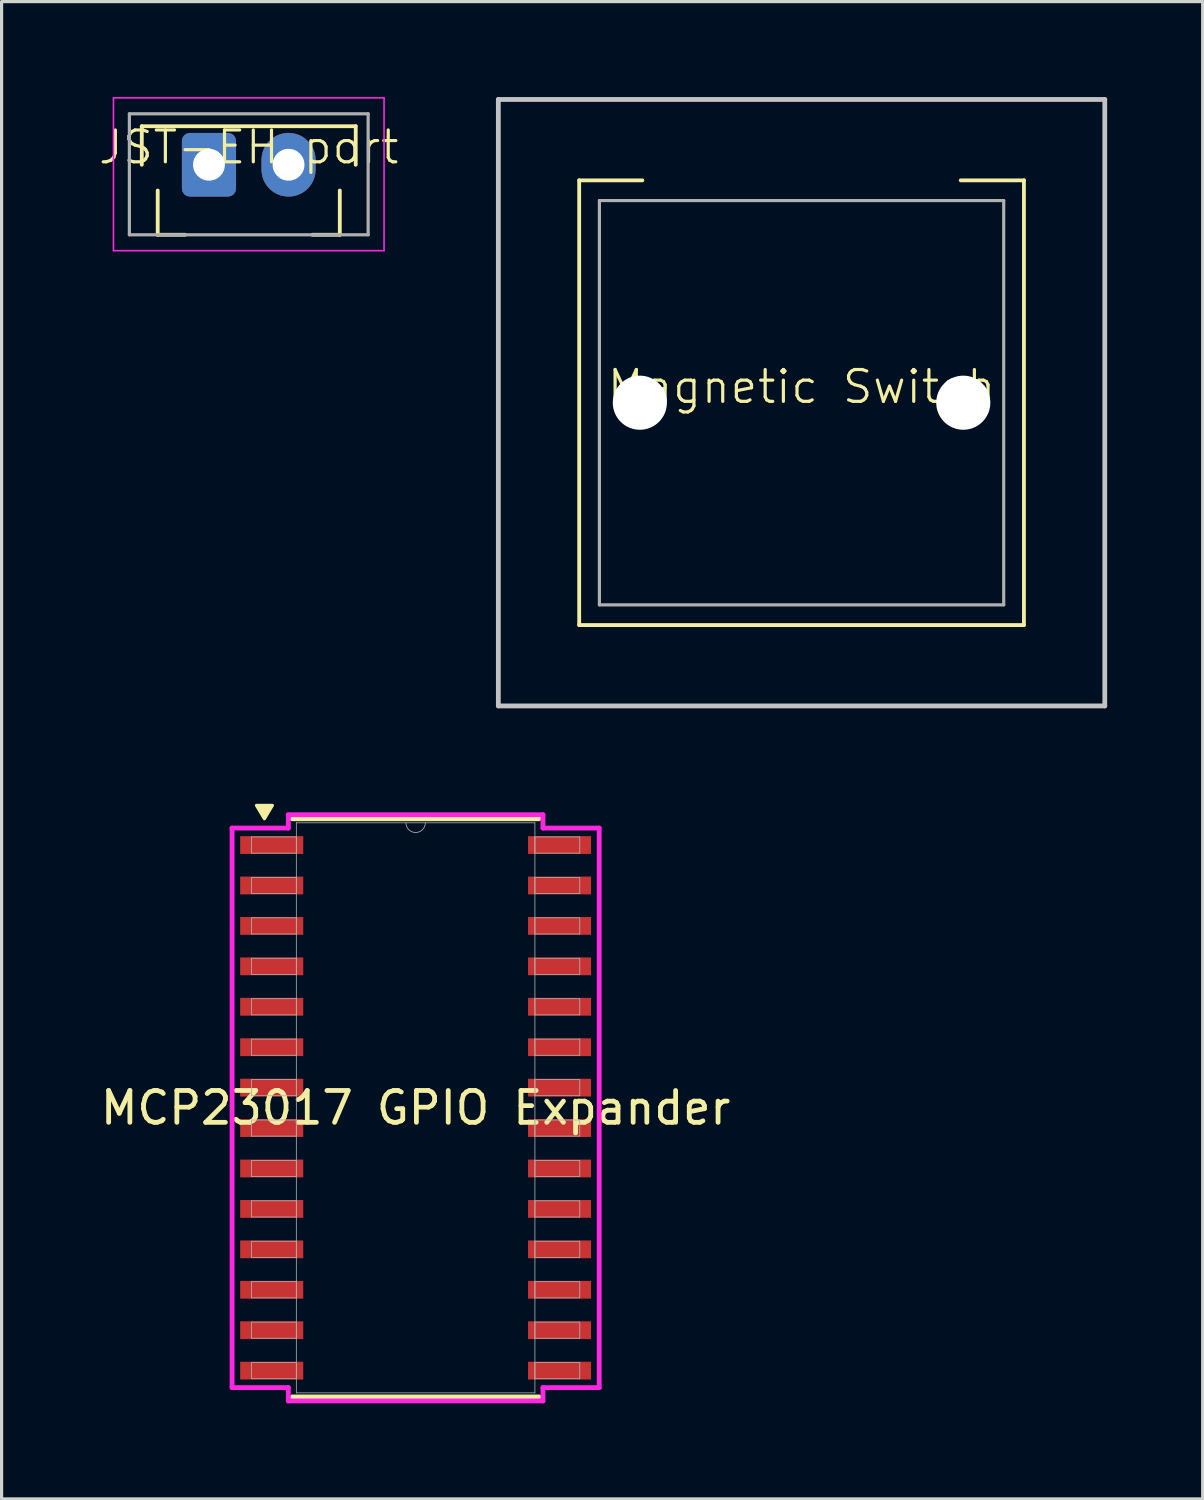
<source format=kicad_pcb>
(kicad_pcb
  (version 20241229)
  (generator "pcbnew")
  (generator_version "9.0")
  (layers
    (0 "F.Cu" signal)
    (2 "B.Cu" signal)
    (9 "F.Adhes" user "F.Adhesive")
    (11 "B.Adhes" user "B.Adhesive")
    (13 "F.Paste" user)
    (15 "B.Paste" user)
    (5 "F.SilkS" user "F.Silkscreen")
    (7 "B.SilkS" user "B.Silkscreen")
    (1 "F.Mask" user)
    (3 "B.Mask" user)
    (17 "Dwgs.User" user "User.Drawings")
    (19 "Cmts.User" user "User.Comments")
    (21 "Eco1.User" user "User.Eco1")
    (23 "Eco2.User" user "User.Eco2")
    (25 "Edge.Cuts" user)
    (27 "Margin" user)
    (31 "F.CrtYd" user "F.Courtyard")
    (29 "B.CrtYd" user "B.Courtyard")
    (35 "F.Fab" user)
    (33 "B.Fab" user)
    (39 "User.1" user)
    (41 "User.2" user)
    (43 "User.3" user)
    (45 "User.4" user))
  (footprint "MCP23017 GPIO Expander"
    (layer "F.Cu")
    (at 10.006 31.75)
    (property "Reference" "MCP23017 GPIO Expander" (at 0 0 0) (unlocked yes) (layer "F.SilkS") (effects (font (size 1 1) (thickness 0.15))))
    (attr smd)
    (fp_line (start -3.873 9.081) (end 3.873 9.081) (stroke (width 0.152) (type solid)) (layer "F.SilkS"))
    (fp_line (start 3.873 -9.081) (end -3.873 -9.081) (stroke (width 0.152) (type solid)) (layer "F.SilkS"))
    (fp_poly (pts (xy -4.75 -9.081) (xy -5 -9.5) (xy -4.5 -9.5)) (stroke (width 0.1) (type solid)) (fill yes) (layer "F.SilkS"))
    (fp_line (start -5.766 -8.788) (end -4 -8.788) (stroke (width 0.152) (type solid)) (layer "F.CrtYd"))
    (fp_line (start -5.766 8.788) (end -5.766 -8.788) (stroke (width 0.152) (type solid)) (layer "F.CrtYd"))
    (fp_line (start -5.766 8.788) (end -4 8.788) (stroke (width 0.152) (type solid)) (layer "F.CrtYd"))
    (fp_line (start -4 -9.207) (end 4 -9.207) (stroke (width 0.152) (type solid)) (layer "F.CrtYd"))
    (fp_line (start -4 -8.788) (end -4 -9.207) (stroke (width 0.152) (type solid)) (layer "F.CrtYd"))
    (fp_line (start -4 9.207) (end -4 8.788) (stroke (width 0.152) (type solid)) (layer "F.CrtYd"))
    (fp_line (start 4 -9.207) (end 4 -8.788) (stroke (width 0.152) (type solid)) (layer "F.CrtYd"))
    (fp_line (start 4 8.788) (end 4 9.207) (stroke (width 0.152) (type solid)) (layer "F.CrtYd"))
    (fp_line (start 4 9.207) (end -4 9.207) (stroke (width 0.152) (type solid)) (layer "F.CrtYd"))
    (fp_line (start 5.766 -8.788) (end 4 -8.788) (stroke (width 0.152) (type solid)) (layer "F.CrtYd"))
    (fp_line (start 5.766 -8.788) (end 5.766 8.788) (stroke (width 0.152) (type solid)) (layer "F.CrtYd"))
    (fp_line (start 5.766 8.788) (end 4 8.788) (stroke (width 0.152) (type solid)) (layer "F.CrtYd"))
    (fp_line (start -5.156 -8.509) (end -5.156 -8.001) (stroke (width 0.025) (type solid)) (layer "F.Fab"))
    (fp_line (start -5.156 -8.001) (end -3.747 -8.001) (stroke (width 0.025) (type solid)) (layer "F.Fab"))
    (fp_line (start -5.156 -7.239) (end -5.156 -6.731) (stroke (width 0.025) (type solid)) (layer "F.Fab"))
    (fp_line (start -5.156 -6.731) (end -3.747 -6.731) (stroke (width 0.025) (type solid)) (layer "F.Fab"))
    (fp_line (start -5.156 -5.969) (end -5.156 -5.461) (stroke (width 0.025) (type solid)) (layer "F.Fab"))
    (fp_line (start -5.156 -5.461) (end -3.747 -5.461) (stroke (width 0.025) (type solid)) (layer "F.Fab"))
    (fp_line (start -5.156 -4.699) (end -5.156 -4.191) (stroke (width 0.025) (type solid)) (layer "F.Fab"))
    (fp_line (start -5.156 -4.191) (end -3.747 -4.191) (stroke (width 0.025) (type solid)) (layer "F.Fab"))
    (fp_line (start -5.156 -3.429) (end -5.156 -2.921) (stroke (width 0.025) (type solid)) (layer "F.Fab"))
    (fp_line (start -5.156 -2.921) (end -3.747 -2.921) (stroke (width 0.025) (type solid)) (layer "F.Fab"))
    (fp_line (start -5.156 -2.159) (end -5.156 -1.651) (stroke (width 0.025) (type solid)) (layer "F.Fab"))
    (fp_line (start -5.156 -1.651) (end -3.747 -1.651) (stroke (width 0.025) (type solid)) (layer "F.Fab"))
    (fp_line (start -5.156 -0.889) (end -5.156 -0.381) (stroke (width 0.025) (type solid)) (layer "F.Fab"))
    (fp_line (start -5.156 -0.381) (end -3.747 -0.381) (stroke (width 0.025) (type solid)) (layer "F.Fab"))
    (fp_line (start -5.156 0.381) (end -5.156 0.889) (stroke (width 0.025) (type solid)) (layer "F.Fab"))
    (fp_line (start -5.156 0.889) (end -3.747 0.889) (stroke (width 0.025) (type solid)) (layer "F.Fab"))
    (fp_line (start -5.156 1.651) (end -5.156 2.159) (stroke (width 0.025) (type solid)) (layer "F.Fab"))
    (fp_line (start -5.156 2.159) (end -3.747 2.159) (stroke (width 0.025) (type solid)) (layer "F.Fab"))
    (fp_line (start -5.156 2.921) (end -5.156 3.429) (stroke (width 0.025) (type solid)) (layer "F.Fab"))
    (fp_line (start -5.156 3.429) (end -3.747 3.429) (stroke (width 0.025) (type solid)) (layer "F.Fab"))
    (fp_line (start -5.156 4.191) (end -5.156 4.699) (stroke (width 0.025) (type solid)) (layer "F.Fab"))
    (fp_line (start -5.156 4.699) (end -3.747 4.699) (stroke (width 0.025) (type solid)) (layer "F.Fab"))
    (fp_line (start -5.156 5.461) (end -5.156 5.969) (stroke (width 0.025) (type solid)) (layer "F.Fab"))
    (fp_line (start -5.156 5.969) (end -3.747 5.969) (stroke (width 0.025) (type solid)) (layer "F.Fab"))
    (fp_line (start -5.156 6.731) (end -5.156 7.239) (stroke (width 0.025) (type solid)) (layer "F.Fab"))
    (fp_line (start -5.156 7.239) (end -3.747 7.239) (stroke (width 0.025) (type solid)) (layer "F.Fab"))
    (fp_line (start -5.156 8.001) (end -5.156 8.509) (stroke (width 0.025) (type solid)) (layer "F.Fab"))
    (fp_line (start -5.156 8.509) (end -3.747 8.509) (stroke (width 0.025) (type solid)) (layer "F.Fab"))
    (fp_line (start -3.747 -8.954) (end -3.747 8.954) (stroke (width 0.025) (type solid)) (layer "F.Fab"))
    (fp_line (start -3.747 -8.509) (end -5.156 -8.509) (stroke (width 0.025) (type solid)) (layer "F.Fab"))
    (fp_line (start -3.747 -8.001) (end -3.747 -8.509) (stroke (width 0.025) (type solid)) (layer "F.Fab"))
    (fp_line (start -3.747 -7.239) (end -5.156 -7.239) (stroke (width 0.025) (type solid)) (layer "F.Fab"))
    (fp_line (start -3.747 -6.731) (end -3.747 -7.239) (stroke (width 0.025) (type solid)) (layer "F.Fab"))
    (fp_line (start -3.747 -5.969) (end -5.156 -5.969) (stroke (width 0.025) (type solid)) (layer "F.Fab"))
    (fp_line (start -3.747 -5.461) (end -3.747 -5.969) (stroke (width 0.025) (type solid)) (layer "F.Fab"))
    (fp_line (start -3.747 -4.699) (end -5.156 -4.699) (stroke (width 0.025) (type solid)) (layer "F.Fab"))
    (fp_line (start -3.747 -4.191) (end -3.747 -4.699) (stroke (width 0.025) (type solid)) (layer "F.Fab"))
    (fp_line (start -3.747 -3.429) (end -5.156 -3.429) (stroke (width 0.025) (type solid)) (layer "F.Fab"))
    (fp_line (start -3.747 -2.921) (end -3.747 -3.429) (stroke (width 0.025) (type solid)) (layer "F.Fab"))
    (fp_line (start -3.747 -2.159) (end -5.156 -2.159) (stroke (width 0.025) (type solid)) (layer "F.Fab"))
    (fp_line (start -3.747 -1.651) (end -3.747 -2.159) (stroke (width 0.025) (type solid)) (layer "F.Fab"))
    (fp_line (start -3.747 -0.889) (end -5.156 -0.889) (stroke (width 0.025) (type solid)) (layer "F.Fab"))
    (fp_line (start -3.747 -0.381) (end -3.747 -0.889) (stroke (width 0.025) (type solid)) (layer "F.Fab"))
    (fp_line (start -3.747 0.381) (end -5.156 0.381) (stroke (width 0.025) (type solid)) (layer "F.Fab"))
    (fp_line (start -3.747 0.889) (end -3.747 0.381) (stroke (width 0.025) (type solid)) (layer "F.Fab"))
    (fp_line (start -3.747 1.651) (end -5.156 1.651) (stroke (width 0.025) (type solid)) (layer "F.Fab"))
    (fp_line (start -3.747 2.159) (end -3.747 1.651) (stroke (width 0.025) (type solid)) (layer "F.Fab"))
    (fp_line (start -3.747 2.921) (end -5.156 2.921) (stroke (width 0.025) (type solid)) (layer "F.Fab"))
    (fp_line (start -3.747 3.429) (end -3.747 2.921) (stroke (width 0.025) (type solid)) (layer "F.Fab"))
    (fp_line (start -3.747 4.191) (end -5.156 4.191) (stroke (width 0.025) (type solid)) (layer "F.Fab"))
    (fp_line (start -3.747 4.699) (end -3.747 4.191) (stroke (width 0.025) (type solid)) (layer "F.Fab"))
    (fp_line (start -3.747 5.461) (end -5.156 5.461) (stroke (width 0.025) (type solid)) (layer "F.Fab"))
    (fp_line (start -3.747 5.969) (end -3.747 5.461) (stroke (width 0.025) (type solid)) (layer "F.Fab"))
    (fp_line (start -3.747 6.731) (end -5.156 6.731) (stroke (width 0.025) (type solid)) (layer "F.Fab"))
    (fp_line (start -3.747 7.239) (end -3.747 6.731) (stroke (width 0.025) (type solid)) (layer "F.Fab"))
    (fp_line (start -3.747 8.001) (end -5.156 8.001) (stroke (width 0.025) (type solid)) (layer "F.Fab"))
    (fp_line (start -3.747 8.509) (end -3.747 8.001) (stroke (width 0.025) (type solid)) (layer "F.Fab"))
    (fp_line (start -3.747 8.954) (end 3.747 8.954) (stroke (width 0.025) (type solid)) (layer "F.Fab"))
    (fp_line (start 3.747 -8.954) (end -3.747 -8.954) (stroke (width 0.025) (type solid)) (layer "F.Fab"))
    (fp_line (start 3.747 -8.509) (end 3.747 -8.001) (stroke (width 0.025) (type solid)) (layer "F.Fab"))
    (fp_line (start 3.747 -8.001) (end 5.156 -8.001) (stroke (width 0.025) (type solid)) (layer "F.Fab"))
    (fp_line (start 3.747 -7.239) (end 3.747 -6.731) (stroke (width 0.025) (type solid)) (layer "F.Fab"))
    (fp_line (start 3.747 -6.731) (end 5.156 -6.731) (stroke (width 0.025) (type solid)) (layer "F.Fab"))
    (fp_line (start 3.747 -5.969) (end 3.747 -5.461) (stroke (width 0.025) (type solid)) (layer "F.Fab"))
    (fp_line (start 3.747 -5.461) (end 5.156 -5.461) (stroke (width 0.025) (type solid)) (layer "F.Fab"))
    (fp_line (start 3.747 -4.699) (end 3.747 -4.191) (stroke (width 0.025) (type solid)) (layer "F.Fab"))
    (fp_line (start 3.747 -4.191) (end 5.156 -4.191) (stroke (width 0.025) (type solid)) (layer "F.Fab"))
    (fp_line (start 3.747 -3.429) (end 3.747 -2.921) (stroke (width 0.025) (type solid)) (layer "F.Fab"))
    (fp_line (start 3.747 -2.921) (end 5.156 -2.921) (stroke (width 0.025) (type solid)) (layer "F.Fab"))
    (fp_line (start 3.747 -2.159) (end 3.747 -1.651) (stroke (width 0.025) (type solid)) (layer "F.Fab"))
    (fp_line (start 3.747 -1.651) (end 5.156 -1.651) (stroke (width 0.025) (type solid)) (layer "F.Fab"))
    (fp_line (start 3.747 -0.889) (end 3.747 -0.381) (stroke (width 0.025) (type solid)) (layer "F.Fab"))
    (fp_line (start 3.747 -0.381) (end 5.156 -0.381) (stroke (width 0.025) (type solid)) (layer "F.Fab"))
    (fp_line (start 3.747 0.381) (end 3.747 0.889) (stroke (width 0.025) (type solid)) (layer "F.Fab"))
    (fp_line (start 3.747 0.889) (end 5.156 0.889) (stroke (width 0.025) (type solid)) (layer "F.Fab"))
    (fp_line (start 3.747 1.651) (end 3.747 2.159) (stroke (width 0.025) (type solid)) (layer "F.Fab"))
    (fp_line (start 3.747 2.159) (end 5.156 2.159) (stroke (width 0.025) (type solid)) (layer "F.Fab"))
    (fp_line (start 3.747 2.921) (end 3.747 3.429) (stroke (width 0.025) (type solid)) (layer "F.Fab"))
    (fp_line (start 3.747 3.429) (end 5.156 3.429) (stroke (width 0.025) (type solid)) (layer "F.Fab"))
    (fp_line (start 3.747 4.191) (end 3.747 4.699) (stroke (width 0.025) (type solid)) (layer "F.Fab"))
    (fp_line (start 3.747 4.699) (end 5.156 4.699) (stroke (width 0.025) (type solid)) (layer "F.Fab"))
    (fp_line (start 3.747 5.461) (end 3.747 5.969) (stroke (width 0.025) (type solid)) (layer "F.Fab"))
    (fp_line (start 3.747 5.969) (end 5.156 5.969) (stroke (width 0.025) (type solid)) (layer "F.Fab"))
    (fp_line (start 3.747 6.731) (end 3.747 7.239) (stroke (width 0.025) (type solid)) (layer "F.Fab"))
    (fp_line (start 3.747 7.239) (end 5.156 7.239) (stroke (width 0.025) (type solid)) (layer "F.Fab"))
    (fp_line (start 3.747 8.001) (end 3.747 8.509) (stroke (width 0.025) (type solid)) (layer "F.Fab"))
    (fp_line (start 3.747 8.509) (end 5.156 8.509) (stroke (width 0.025) (type solid)) (layer "F.Fab"))
    (fp_line (start 3.747 8.954) (end 3.747 -8.954) (stroke (width 0.025) (type solid)) (layer "F.Fab"))
    (fp_line (start 5.156 -8.509) (end 3.747 -8.509) (stroke (width 0.025) (type solid)) (layer "F.Fab"))
    (fp_line (start 5.156 -8.001) (end 5.156 -8.509) (stroke (width 0.025) (type solid)) (layer "F.Fab"))
    (fp_line (start 5.156 -7.239) (end 3.747 -7.239) (stroke (width 0.025) (type solid)) (layer "F.Fab"))
    (fp_line (start 5.156 -6.731) (end 5.156 -7.239) (stroke (width 0.025) (type solid)) (layer "F.Fab"))
    (fp_line (start 5.156 -5.969) (end 3.747 -5.969) (stroke (width 0.025) (type solid)) (layer "F.Fab"))
    (fp_line (start 5.156 -5.461) (end 5.156 -5.969) (stroke (width 0.025) (type solid)) (layer "F.Fab"))
    (fp_line (start 5.156 -4.699) (end 3.747 -4.699) (stroke (width 0.025) (type solid)) (layer "F.Fab"))
    (fp_line (start 5.156 -4.191) (end 5.156 -4.699) (stroke (width 0.025) (type solid)) (layer "F.Fab"))
    (fp_line (start 5.156 -3.429) (end 3.747 -3.429) (stroke (width 0.025) (type solid)) (layer "F.Fab"))
    (fp_line (start 5.156 -2.921) (end 5.156 -3.429) (stroke (width 0.025) (type solid)) (layer "F.Fab"))
    (fp_line (start 5.156 -2.159) (end 3.747 -2.159) (stroke (width 0.025) (type solid)) (layer "F.Fab"))
    (fp_line (start 5.156 -1.651) (end 5.156 -2.159) (stroke (width 0.025) (type solid)) (layer "F.Fab"))
    (fp_line (start 5.156 -0.889) (end 3.747 -0.889) (stroke (width 0.025) (type solid)) (layer "F.Fab"))
    (fp_line (start 5.156 -0.381) (end 5.156 -0.889) (stroke (width 0.025) (type solid)) (layer "F.Fab"))
    (fp_line (start 5.156 0.381) (end 3.747 0.381) (stroke (width 0.025) (type solid)) (layer "F.Fab"))
    (fp_line (start 5.156 0.889) (end 5.156 0.381) (stroke (width 0.025) (type solid)) (layer "F.Fab"))
    (fp_line (start 5.156 1.651) (end 3.747 1.651) (stroke (width 0.025) (type solid)) (layer "F.Fab"))
    (fp_line (start 5.156 2.159) (end 5.156 1.651) (stroke (width 0.025) (type solid)) (layer "F.Fab"))
    (fp_line (start 5.156 2.921) (end 3.747 2.921) (stroke (width 0.025) (type solid)) (layer "F.Fab"))
    (fp_line (start 5.156 3.429) (end 5.156 2.921) (stroke (width 0.025) (type solid)) (layer "F.Fab"))
    (fp_line (start 5.156 4.191) (end 3.747 4.191) (stroke (width 0.025) (type solid)) (layer "F.Fab"))
    (fp_line (start 5.156 4.699) (end 5.156 4.191) (stroke (width 0.025) (type solid)) (layer "F.Fab"))
    (fp_line (start 5.156 5.461) (end 3.747 5.461) (stroke (width 0.025) (type solid)) (layer "F.Fab"))
    (fp_line (start 5.156 5.969) (end 5.156 5.461) (stroke (width 0.025) (type solid)) (layer "F.Fab"))
    (fp_line (start 5.156 6.731) (end 3.747 6.731) (stroke (width 0.025) (type solid)) (layer "F.Fab"))
    (fp_line (start 5.156 7.239) (end 5.156 6.731) (stroke (width 0.025) (type solid)) (layer "F.Fab"))
    (fp_line (start 5.156 8.001) (end 3.747 8.001) (stroke (width 0.025) (type solid)) (layer "F.Fab"))
    (fp_line (start 5.156 8.509) (end 5.156 8.001) (stroke (width 0.025) (type solid)) (layer "F.Fab"))
    (fp_arc (start 0.3048 -8.9535) (mid 0 -8.6487) (end -0.3048 -8.9535) (stroke (width 0.0254) (type solid)) (layer "F.Fab"))
    (pad "1" smd rect (at -4.521 -8.255) (size 1.981 0.559) (layers "F.Cu" "F.Mask" "F.Paste"))
    (pad "2" smd rect (at -4.521 -6.985) (size 1.981 0.559) (layers "F.Cu" "F.Mask" "F.Paste"))
    (pad "3" smd rect (at -4.521 -5.715) (size 1.981 0.559) (layers "F.Cu" "F.Mask" "F.Paste"))
    (pad "4" smd rect (at -4.521 -4.445) (size 1.981 0.559) (layers "F.Cu" "F.Mask" "F.Paste"))
    (pad "5" smd rect (at -4.521 -3.175) (size 1.981 0.559) (layers "F.Cu" "F.Mask" "F.Paste"))
    (pad "6" smd rect (at -4.521 -1.905) (size 1.981 0.559) (layers "F.Cu" "F.Mask" "F.Paste"))
    (pad "7" smd rect (at -4.521 -0.635) (size 1.981 0.559) (layers "F.Cu" "F.Mask" "F.Paste"))
    (pad "8" smd rect (at -4.521 0.635) (size 1.981 0.559) (layers "F.Cu" "F.Mask" "F.Paste"))
    (pad "9" smd rect (at -4.521 1.905) (size 1.981 0.559) (layers "F.Cu" "F.Mask" "F.Paste"))
    (pad "10" smd rect (at -4.521 3.175) (size 1.981 0.559) (layers "F.Cu" "F.Mask" "F.Paste"))
    (pad "11" smd rect (at -4.521 4.445) (size 1.981 0.559) (layers "F.Cu" "F.Mask" "F.Paste"))
    (pad "12" smd rect (at -4.521 5.715) (size 1.981 0.559) (layers "F.Cu" "F.Mask" "F.Paste"))
    (pad "13" smd rect (at -4.521 6.985) (size 1.981 0.559) (layers "F.Cu" "F.Mask" "F.Paste"))
    (pad "14" smd rect (at -4.521 8.255) (size 1.981 0.559) (layers "F.Cu" "F.Mask" "F.Paste"))
    (pad "15" smd rect (at 4.521 8.255) (size 1.981 0.559) (layers "F.Cu" "F.Mask" "F.Paste"))
    (pad "16" smd rect (at 4.521 6.985) (size 1.981 0.559) (layers "F.Cu" "F.Mask" "F.Paste"))
    (pad "17" smd rect (at 4.521 5.715) (size 1.981 0.559) (layers "F.Cu" "F.Mask" "F.Paste"))
    (pad "18" smd rect (at 4.521 4.445) (size 1.981 0.559) (layers "F.Cu" "F.Mask" "F.Paste"))
    (pad "19" smd rect (at 4.521 3.175) (size 1.981 0.559) (layers "F.Cu" "F.Mask" "F.Paste"))
    (pad "20" smd rect (at 4.521 1.905) (size 1.981 0.559) (layers "F.Cu" "F.Mask" "F.Paste"))
    (pad "21" smd rect (at 4.521 0.635) (size 1.981 0.559) (layers "F.Cu" "F.Mask" "F.Paste"))
    (pad "22" smd rect (at 4.521 -0.635) (size 1.981 0.559) (layers "F.Cu" "F.Mask" "F.Paste"))
    (pad "23" smd rect (at 4.521 -1.905) (size 1.981 0.559) (layers "F.Cu" "F.Mask" "F.Paste"))
    (pad "24" smd rect (at 4.521 -3.175) (size 1.981 0.559) (layers "F.Cu" "F.Mask" "F.Paste"))
    (pad "25" smd rect (at 4.521 -4.445) (size 1.981 0.559) (layers "F.Cu" "F.Mask" "F.Paste"))
    (pad "26" smd rect (at 4.521 -5.715) (size 1.981 0.559) (layers "F.Cu" "F.Mask" "F.Paste"))
    (pad "27" smd rect (at 4.521 -6.985) (size 1.981 0.559) (layers "F.Cu" "F.Mask" "F.Paste"))
    (pad "28" smd rect (at 4.521 -8.255) (size 1.981 0.559) (layers "F.Cu" "F.Mask" "F.Paste")))
  (footprint "JST-EH port"
    (layer "F.Cu")
    (at 4.764 2.075)
    (property "Reference" "JST-EH port" (at 0 -0.5 0) (unlocked yes) (layer "F.SilkS") (effects (font (size 1 1) (thickness 0.1))))
    (attr smd)
    (fp_line (start -3.36 -1.16) (end 3.36 -1.16) (stroke (width 0.12) (type solid)) (layer "F.SilkS"))
    (fp_line (start -3.36 0.05) (end -3.36 -1.16) (stroke (width 0.12) (type solid)) (layer "F.SilkS"))
    (fp_line (start -2.86 0.86) (end -2.86 2.25) (stroke (width 0.12) (type solid)) (layer "F.SilkS"))
    (fp_line (start -2.859 2.25) (end -1.999 2.25) (stroke (width 0.12) (type solid)) (layer "F.SilkS"))
    (fp_line (start 2 2.25) (end 2.86 2.25) (stroke (width 0.12) (type solid)) (layer "F.SilkS"))
    (fp_line (start 2.86 0.86) (end 2.86 2.25) (stroke (width 0.12) (type solid)) (layer "F.SilkS"))
    (fp_line (start 3.36 -1.16) (end 3.36 0.05) (stroke (width 0.12) (type solid)) (layer "F.SilkS"))
    (fp_line (start -4.25 -2.05) (end -4.25 2.75) (stroke (width 0.05) (type solid)) (layer "F.CrtYd"))
    (fp_line (start -4.25 2.75) (end 4.25 2.75) (stroke (width 0.05) (type solid)) (layer "F.CrtYd"))
    (fp_line (start 4.25 -2.05) (end -4.25 -2.05) (stroke (width 0.05) (type solid)) (layer "F.CrtYd"))
    (fp_line (start 4.25 2.75) (end 4.25 -2.05) (stroke (width 0.05) (type solid)) (layer "F.CrtYd"))
    (fp_line (start -3.75 -1.55) (end -3.75 2.25) (stroke (width 0.1) (type solid)) (layer "F.Fab"))
    (fp_line (start -3.75 2.25) (end 3.75 2.25) (stroke (width 0.1) (type solid)) (layer "F.Fab"))
    (fp_line (start 3.75 -1.55) (end -3.75 -1.55) (stroke (width 0.1) (type solid)) (layer "F.Fab"))
    (fp_line (start 3.75 2.25) (end 3.75 -1.55) (stroke (width 0.1) (type solid)) (layer "F.Fab"))
    (pad "1" thru_hole roundrect (at -1.25 0.05) (size 1.7 2) (drill 1) (layers "*.Cu" "*.Mask") (roundrect_rratio 0.147))
    (pad "2" thru_hole oval (at 1.25 0.05) (size 1.7 2) (drill 1) (layers "*.Cu" "*.Mask")))
  (footprint "Magnetic Switch"
    (layer "F.Cu")
    (at 22.129 9.6)
    (property "Reference" "Magnetic Switch" (at 0 -0.5 0) (unlocked yes) (layer "F.SilkS") (effects (font (size 1 1) (thickness 0.1))))
    (attr smd)
    (fp_line (start -6.985 -6.985) (end -5 -6.985) (stroke (width 0.12) (type solid)) (layer "F.SilkS"))
    (fp_line (start -6.985 6.985) (end -6.985 -6.985) (stroke (width 0.12) (type solid)) (layer "F.SilkS"))
    (fp_line (start 6.985 -6.985) (end 5 -6.985) (stroke (width 0.12) (type solid)) (layer "F.SilkS"))
    (fp_line (start 6.985 -6.985) (end 6.985 6.985) (stroke (width 0.12) (type solid)) (layer "F.SilkS"))
    (fp_line (start 6.985 6.985) (end -6.985 6.985) (stroke (width 0.12) (type solid)) (layer "F.SilkS"))
    (fp_line (start -9.525 -9.525) (end 9.525 -9.525) (stroke (width 0.15) (type solid)) (layer "Dwgs.User"))
    (fp_line (start -9.525 9.525) (end -9.525 -9.525) (stroke (width 0.15) (type solid)) (layer "Dwgs.User"))
    (fp_line (start 9.525 -9.525) (end 9.525 9.525) (stroke (width 0.15) (type solid)) (layer "Dwgs.User"))
    (fp_line (start 9.525 9.525) (end -9.525 9.525) (stroke (width 0.15) (type solid)) (layer "Dwgs.User"))
    (fp_line (start -6.35 6.35) (end -6.35 -6.35) (stroke (width 0.1) (type solid)) (layer "F.Fab"))
    (fp_line (start 6.35 -6.35) (end -6.35 -6.35) (stroke (width 0.1) (type solid)) (layer "F.Fab"))
    (fp_line (start 6.35 -6.35) (end 6.35 6.35) (stroke (width 0.1) (type solid)) (layer "F.Fab"))
    (fp_line (start 6.35 6.35) (end -6.35 6.35) (stroke (width 0.1) (type solid)) (layer "F.Fab"))
    (pad "" np_thru_hole circle (at -5.08 0) (size 1.7 1.7) (drill 1.7) (layers "*.Cu" "*.Mask"))
    (pad "" np_thru_hole circle (at 5.08 0) (size 1.7 1.7) (drill 1.7) (layers "*.Cu" "*.Mask")))
  (gr_rect
    (start -3 -3)
    (end 34.729 44.034)
    (stroke (width 0.1) (type default))
    (fill no)
    (layer "Edge.Cuts")))
</source>
